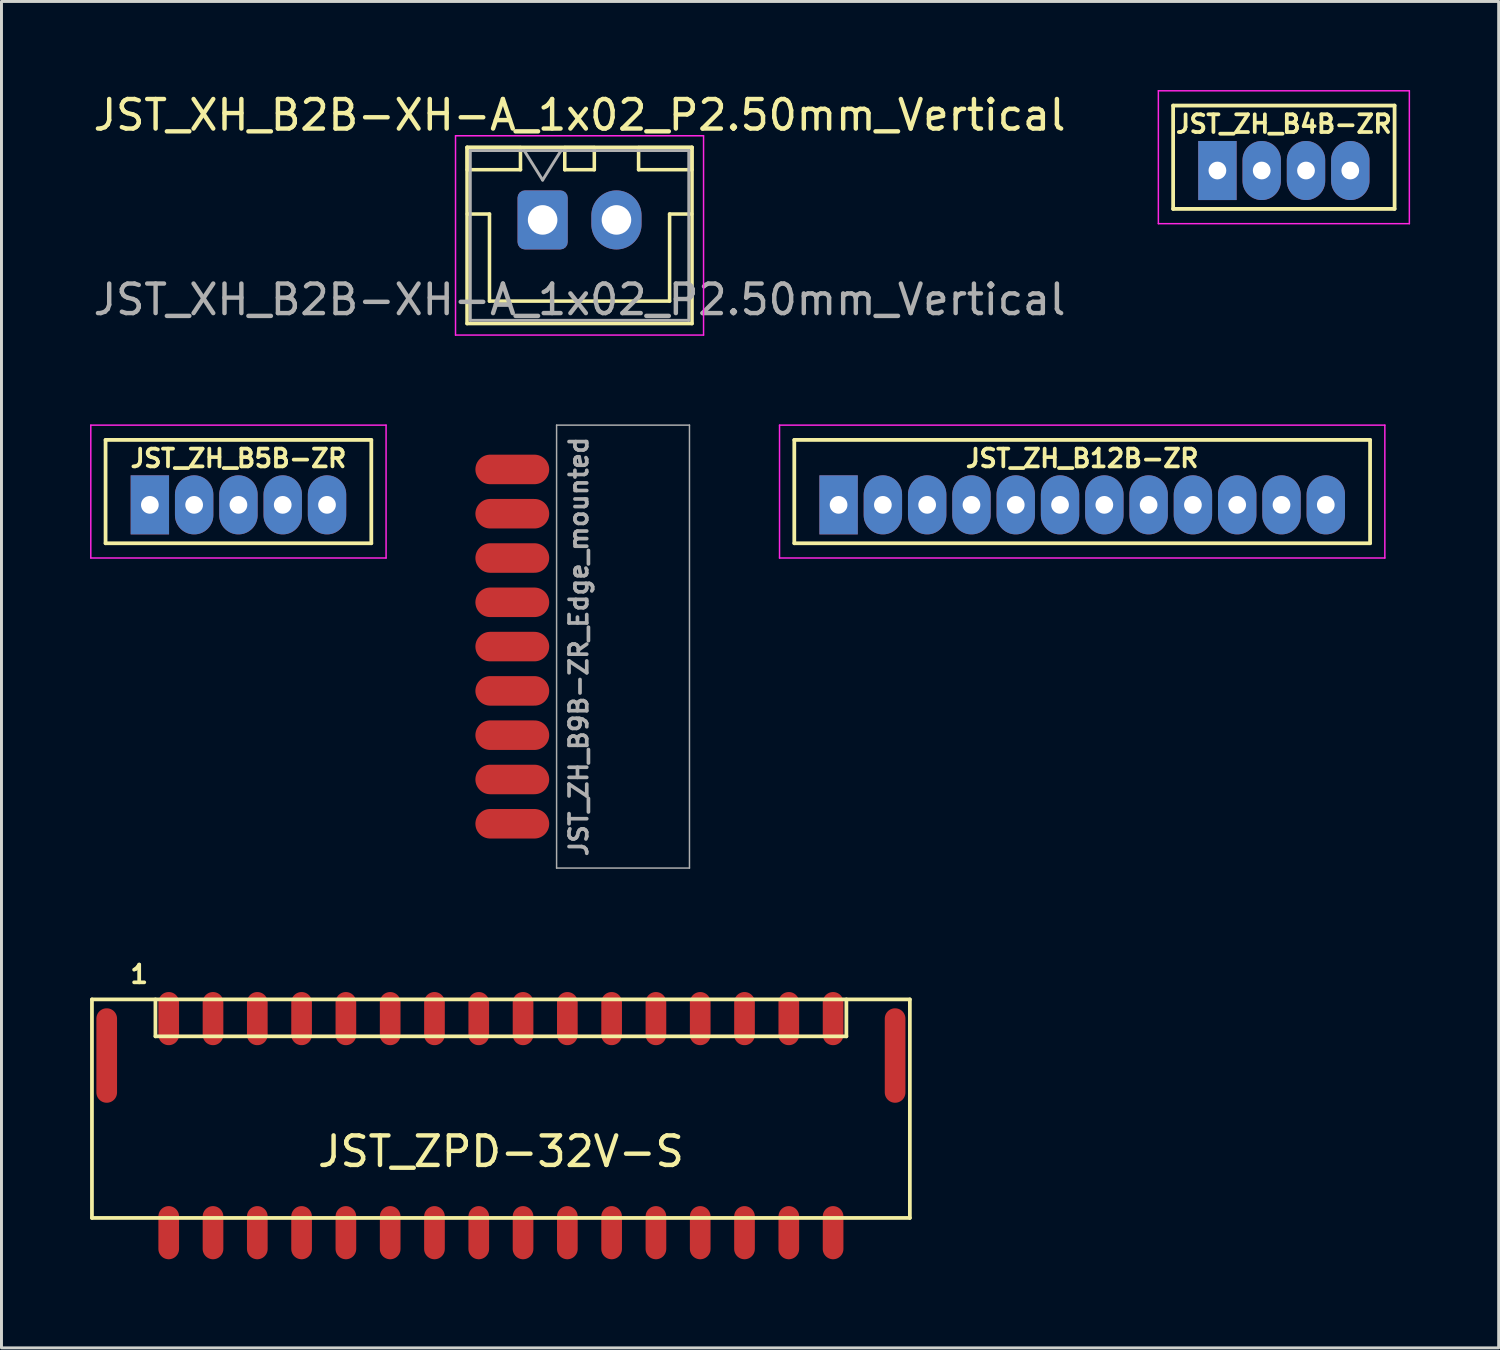
<source format=kicad_pcb>
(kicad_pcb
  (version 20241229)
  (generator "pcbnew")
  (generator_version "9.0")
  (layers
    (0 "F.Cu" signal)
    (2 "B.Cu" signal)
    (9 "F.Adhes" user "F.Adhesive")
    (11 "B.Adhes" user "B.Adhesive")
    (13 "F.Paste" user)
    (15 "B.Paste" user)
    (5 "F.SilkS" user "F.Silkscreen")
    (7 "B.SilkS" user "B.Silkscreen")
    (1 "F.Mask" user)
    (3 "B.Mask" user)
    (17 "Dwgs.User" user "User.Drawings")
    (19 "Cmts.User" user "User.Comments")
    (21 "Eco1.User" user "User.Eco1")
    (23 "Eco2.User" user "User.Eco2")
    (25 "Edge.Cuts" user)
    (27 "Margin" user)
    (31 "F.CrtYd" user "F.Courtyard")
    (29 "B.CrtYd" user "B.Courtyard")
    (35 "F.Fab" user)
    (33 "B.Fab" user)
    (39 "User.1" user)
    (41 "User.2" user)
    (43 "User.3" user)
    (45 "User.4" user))
  (footprint "JST_ZH_B12B-ZR"
    (layer "F.Cu")
    (at 33.6 13.598)
    (property "Reference" "JST_ZH_B12B-ZR" (at 0 -1.125 0) (layer "F.SilkS") (effects (font (size 0.6 0.6) (thickness 0.127))))
    (attr through_hole)
    (fp_line (start -9.75 -1.75) (end -9.75 1.75) (stroke (width 0.127) (type solid)) (layer "F.SilkS"))
    (fp_line (start -9.75 -1.75) (end 9.75 -1.75) (stroke (width 0.127) (type solid)) (layer "F.SilkS"))
    (fp_line (start -9.75 1.75) (end 9.75 1.75) (stroke (width 0.127) (type solid)) (layer "F.SilkS"))
    (fp_line (start 9.75 1.75) (end 9.75 -1.75) (stroke (width 0.127) (type solid)) (layer "F.SilkS"))
    (fp_line (start -10.25 -2.25) (end 10.25 -2.25) (stroke (width 0.05) (type solid)) (layer "F.CrtYd"))
    (fp_line (start -10.25 2.25) (end -10.25 -2.25) (stroke (width 0.05) (type solid)) (layer "F.CrtYd"))
    (fp_line (start 10.25 -2.25) (end 10.25 2.25) (stroke (width 0.05) (type solid)) (layer "F.CrtYd"))
    (fp_line (start 10.25 2.25) (end -10.25 2.25) (stroke (width 0.05) (type solid)) (layer "F.CrtYd"))
    (pad "1" thru_hole rect (at -8.25 0.45) (size 1.3 2) (drill 0.6) (layers "*.Cu" "*.Mask"))
    (pad "2" thru_hole oval (at -6.75 0.45) (size 1.3 2) (drill 0.6) (layers "*.Cu" "*.Mask"))
    (pad "3" thru_hole oval (at -5.25 0.45) (size 1.3 2) (drill 0.6) (layers "*.Cu" "*.Mask"))
    (pad "4" thru_hole oval (at -3.75 0.45) (size 1.3 2) (drill 0.6) (layers "*.Cu" "*.Mask"))
    (pad "5" thru_hole oval (at -2.25 0.45) (size 1.3 2) (drill 0.6) (layers "*.Cu" "*.Mask"))
    (pad "6" thru_hole oval (at -0.75 0.45) (size 1.3 2) (drill 0.6) (layers "*.Cu" "*.Mask"))
    (pad "7" thru_hole oval (at 0.75 0.45) (size 1.3 2) (drill 0.6) (layers "*.Cu" "*.Mask"))
    (pad "8" thru_hole oval (at 2.25 0.45) (size 1.3 2) (drill 0.6) (layers "*.Cu" "*.Mask"))
    (pad "9" thru_hole oval (at 3.75 0.45) (size 1.3 2) (drill 0.6) (layers "*.Cu" "*.Mask"))
    (pad "10" thru_hole oval (at 5.25 0.45) (size 1.3 2) (drill 0.6) (layers "*.Cu" "*.Mask"))
    (pad "11" thru_hole oval (at 6.75 0.45) (size 1.3 2) (drill 0.6) (layers "*.Cu" "*.Mask"))
    (pad "12" thru_hole oval (at 8.25 0.45) (size 1.3 2) (drill 0.6) (layers "*.Cu" "*.Mask")))
  (footprint "JST_XH_B2B-XH-A_1x02_P2.50mm_Vertical"
    (layer "F.Cu")
    (at 15.327 4.398)
    (property "Reference" "JST_XH_B2B-XH-A_1x02_P2.50mm_Vertical" (at 1.25 -3.55 0) (layer "F.SilkS") (effects (font (size 1 1) (thickness 0.15))))
    (fp_line (start -2.56 -2.46) (end -2.56 3.51) (stroke (width 0.12) (type solid)) (layer "F.SilkS"))
    (fp_line (start -2.56 3.51) (end 5.06 3.51) (stroke (width 0.12) (type solid)) (layer "F.SilkS"))
    (fp_line (start -2.55 -2.45) (end -2.55 -1.7) (stroke (width 0.12) (type solid)) (layer "F.SilkS"))
    (fp_line (start -2.55 -1.7) (end -0.75 -1.7) (stroke (width 0.12) (type solid)) (layer "F.SilkS"))
    (fp_line (start -2.55 -0.2) (end -1.8 -0.2) (stroke (width 0.12) (type solid)) (layer "F.SilkS"))
    (fp_line (start -1.8 -0.2) (end -1.8 2.75) (stroke (width 0.12) (type solid)) (layer "F.SilkS"))
    (fp_line (start -1.8 2.75) (end 1.25 2.75) (stroke (width 0.12) (type solid)) (layer "F.SilkS"))
    (fp_line (start -0.75 -2.45) (end -2.55 -2.45) (stroke (width 0.12) (type solid)) (layer "F.SilkS"))
    (fp_line (start -0.75 -1.7) (end -0.75 -2.45) (stroke (width 0.12) (type solid)) (layer "F.SilkS"))
    (fp_line (start 0.75 -2.45) (end 0.75 -1.7) (stroke (width 0.12) (type solid)) (layer "F.SilkS"))
    (fp_line (start 0.75 -1.7) (end 1.75 -1.7) (stroke (width 0.12) (type solid)) (layer "F.SilkS"))
    (fp_line (start 1.75 -2.45) (end 0.75 -2.45) (stroke (width 0.12) (type solid)) (layer "F.SilkS"))
    (fp_line (start 1.75 -1.7) (end 1.75 -2.45) (stroke (width 0.12) (type solid)) (layer "F.SilkS"))
    (fp_line (start 3.25 -2.45) (end 3.25 -1.7) (stroke (width 0.12) (type solid)) (layer "F.SilkS"))
    (fp_line (start 3.25 -1.7) (end 5.05 -1.7) (stroke (width 0.12) (type solid)) (layer "F.SilkS"))
    (fp_line (start 4.3 -0.2) (end 4.3 2.75) (stroke (width 0.12) (type solid)) (layer "F.SilkS"))
    (fp_line (start 4.3 2.75) (end 1.25 2.75) (stroke (width 0.12) (type solid)) (layer "F.SilkS"))
    (fp_line (start 5.05 -2.45) (end 3.25 -2.45) (stroke (width 0.12) (type solid)) (layer "F.SilkS"))
    (fp_line (start 5.05 -1.7) (end 5.05 -2.45) (stroke (width 0.12) (type solid)) (layer "F.SilkS"))
    (fp_line (start 5.05 -0.2) (end 4.3 -0.2) (stroke (width 0.12) (type solid)) (layer "F.SilkS"))
    (fp_line (start 5.06 -2.46) (end -2.56 -2.46) (stroke (width 0.12) (type solid)) (layer "F.SilkS"))
    (fp_line (start 5.06 3.51) (end 5.06 -2.46) (stroke (width 0.12) (type solid)) (layer "F.SilkS"))
    (fp_line (start -2.95 -2.85) (end -2.95 3.9) (stroke (width 0.05) (type solid)) (layer "F.CrtYd"))
    (fp_line (start -2.95 3.9) (end 5.45 3.9) (stroke (width 0.05) (type solid)) (layer "F.CrtYd"))
    (fp_line (start 5.45 -2.85) (end -2.95 -2.85) (stroke (width 0.05) (type solid)) (layer "F.CrtYd"))
    (fp_line (start 5.45 3.9) (end 5.45 -2.85) (stroke (width 0.05) (type solid)) (layer "F.CrtYd"))
    (fp_line (start -2.45 -2.35) (end -2.45 3.4) (stroke (width 0.1) (type solid)) (layer "F.Fab"))
    (fp_line (start -2.45 3.4) (end 4.95 3.4) (stroke (width 0.1) (type solid)) (layer "F.Fab"))
    (fp_line (start -0.625 -2.35) (end 0 -1.35) (stroke (width 0.1) (type solid)) (layer "F.Fab"))
    (fp_line (start 0 -1.35) (end 0.625 -2.35) (stroke (width 0.1) (type solid)) (layer "F.Fab"))
    (fp_line (start 4.95 -2.35) (end -2.45 -2.35) (stroke (width 0.1) (type solid)) (layer "F.Fab"))
    (fp_line (start 4.95 3.4) (end 4.95 -2.35) (stroke (width 0.1) (type solid)) (layer "F.Fab"))
    (fp_text user "${REFERENCE}" (at 1.25 2.7 0) (layer "F.Fab") (effects (font (size 1 1) (thickness 0.15))))
    (pad "1" thru_hole roundrect (at 0 0) (size 1.7 2) (drill 1) (layers "*.Cu" "*.Mask") (roundrect_rratio 0.147))
    (pad "2" thru_hole oval (at 2.5 0) (size 1.7 2) (drill 1) (layers "*.Cu" "*.Mask")))
  (footprint "JST_ZH_B5B-ZR"
    (layer "F.Cu")
    (at 5.025 13.598)
    (property "Reference" "JST_ZH_B5B-ZR" (at 0 -1.125 0) (layer "F.SilkS") (effects (font (size 0.6 0.6) (thickness 0.127))))
    (attr through_hole)
    (fp_line (start -4.5 -1.75) (end -4.5 1.75) (stroke (width 0.127) (type solid)) (layer "F.SilkS"))
    (fp_line (start -4.5 -1.75) (end 4.5 -1.75) (stroke (width 0.127) (type solid)) (layer "F.SilkS"))
    (fp_line (start -4.5 1.75) (end 4.5 1.75) (stroke (width 0.127) (type solid)) (layer "F.SilkS"))
    (fp_line (start 4.5 1.75) (end 4.5 -1.75) (stroke (width 0.127) (type solid)) (layer "F.SilkS"))
    (fp_line (start -5 -2.25) (end 5 -2.25) (stroke (width 0.05) (type solid)) (layer "F.CrtYd"))
    (fp_line (start -5 2.25) (end -5 -2.25) (stroke (width 0.05) (type solid)) (layer "F.CrtYd"))
    (fp_line (start 5 -2.25) (end 5 2.25) (stroke (width 0.05) (type solid)) (layer "F.CrtYd"))
    (fp_line (start 5 2.25) (end -5 2.25) (stroke (width 0.05) (type solid)) (layer "F.CrtYd"))
    (pad "1" thru_hole rect (at -3 0.45) (size 1.3 2) (drill 0.6) (layers "*.Cu" "*.Mask"))
    (pad "2" thru_hole oval (at -1.5 0.45) (size 1.3 2) (drill 0.6) (layers "*.Cu" "*.Mask"))
    (pad "3" thru_hole oval (at 0 0.45) (size 1.3 2) (drill 0.6) (layers "*.Cu" "*.Mask"))
    (pad "4" thru_hole oval (at 1.5 0.45) (size 1.3 2) (drill 0.6) (layers "*.Cu" "*.Mask"))
    (pad "5" thru_hole oval (at 3 0.45) (size 1.3 2) (drill 0.6) (layers "*.Cu" "*.Mask")))
  (footprint "JST_ZPD-32V-S"
    (layer "F.Cu")
    (at 13.914 34.697)
    (property "Reference" "JST_ZPD-32V-S" (at 0 1.25 0) (layer "F.SilkS") (effects (font (size 1 1) (thickness 0.15))))
    (attr smd)
    (fp_line (start -13.85 -3.9) (end -13.85 3.5) (stroke (width 0.127) (type solid)) (layer "F.SilkS"))
    (fp_line (start -13.85 -3.9) (end 13.85 -3.9) (stroke (width 0.127) (type solid)) (layer "F.SilkS"))
    (fp_line (start -13.85 3.5) (end 13.85 3.5) (stroke (width 0.127) (type solid)) (layer "F.SilkS"))
    (fp_line (start -11.7 -3.9) (end -11.7 -2.65) (stroke (width 0.127) (type solid)) (layer "F.SilkS"))
    (fp_line (start -11.7 -2.65) (end 11.7 -2.65) (stroke (width 0.127) (type solid)) (layer "F.SilkS"))
    (fp_line (start 11.7 -3.9) (end 11.7 -2.65) (stroke (width 0.127) (type solid)) (layer "F.SilkS"))
    (fp_line (start 13.85 -3.9) (end 13.85 3.5) (stroke (width 0.127) (type solid)) (layer "F.SilkS"))
    (fp_text user "1" (at -12.25 -4.75 0) (layer "F.SilkS") (effects (font (size 0.6 0.6) (thickness 0.127))))
    (pad "1" smd oval (at -11.25 -3.25) (size 0.7 1.8) (layers "F.Cu" "F.Mask" "F.Paste"))
    (pad "2" smd oval (at -11.25 4) (size 0.7 1.8) (layers "F.Cu" "F.Mask" "F.Paste"))
    (pad "3" smd oval (at -9.75 -3.25) (size 0.7 1.8) (layers "F.Cu" "F.Mask" "F.Paste"))
    (pad "4" smd oval (at -9.75 4) (size 0.7 1.8) (layers "F.Cu" "F.Mask" "F.Paste"))
    (pad "5" smd oval (at -8.25 -3.25) (size 0.7 1.8) (layers "F.Cu" "F.Mask" "F.Paste"))
    (pad "6" smd oval (at -8.25 4) (size 0.7 1.8) (layers "F.Cu" "F.Mask" "F.Paste"))
    (pad "7" smd oval (at -6.75 -3.25) (size 0.7 1.8) (layers "F.Cu" "F.Mask" "F.Paste"))
    (pad "8" smd oval (at -6.75 4) (size 0.7 1.8) (layers "F.Cu" "F.Mask" "F.Paste"))
    (pad "9" smd oval (at -5.25 -3.25) (size 0.7 1.8) (layers "F.Cu" "F.Mask" "F.Paste"))
    (pad "10" smd oval (at -5.25 4) (size 0.7 1.8) (layers "F.Cu" "F.Mask" "F.Paste"))
    (pad "11" smd oval (at -3.75 -3.25) (size 0.7 1.8) (layers "F.Cu" "F.Mask" "F.Paste"))
    (pad "12" smd oval (at -3.75 4) (size 0.7 1.8) (layers "F.Cu" "F.Mask" "F.Paste"))
    (pad "13" smd oval (at -2.25 -3.25) (size 0.7 1.8) (layers "F.Cu" "F.Mask" "F.Paste"))
    (pad "14" smd oval (at -2.25 4) (size 0.7 1.8) (layers "F.Cu" "F.Mask" "F.Paste"))
    (pad "15" smd oval (at -0.75 -3.25) (size 0.7 1.8) (layers "F.Cu" "F.Mask" "F.Paste"))
    (pad "16" smd oval (at -0.75 4) (size 0.7 1.8) (layers "F.Cu" "F.Mask" "F.Paste"))
    (pad "17" smd oval (at 0.75 -3.25) (size 0.7 1.8) (layers "F.Cu" "F.Mask" "F.Paste"))
    (pad "18" smd oval (at 0.75 4) (size 0.7 1.8) (layers "F.Cu" "F.Mask" "F.Paste"))
    (pad "19" smd oval (at 2.25 -3.25) (size 0.7 1.8) (layers "F.Cu" "F.Mask" "F.Paste"))
    (pad "20" smd oval (at 2.25 4) (size 0.7 1.8) (layers "F.Cu" "F.Mask" "F.Paste"))
    (pad "21" smd oval (at 3.75 -3.25) (size 0.7 1.8) (layers "F.Cu" "F.Mask" "F.Paste"))
    (pad "22" smd oval (at 3.75 4) (size 0.7 1.8) (layers "F.Cu" "F.Mask" "F.Paste"))
    (pad "23" smd oval (at 5.25 -3.25) (size 0.7 1.8) (layers "F.Cu" "F.Mask" "F.Paste"))
    (pad "24" smd oval (at 5.25 4) (size 0.7 1.8) (layers "F.Cu" "F.Mask" "F.Paste"))
    (pad "25" smd oval (at 6.75 -3.25) (size 0.7 1.8) (layers "F.Cu" "F.Mask" "F.Paste"))
    (pad "26" smd oval (at 6.75 4) (size 0.7 1.8) (layers "F.Cu" "F.Mask" "F.Paste"))
    (pad "27" smd oval (at 8.25 -3.25) (size 0.7 1.8) (layers "F.Cu" "F.Mask" "F.Paste"))
    (pad "28" smd oval (at 8.25 4) (size 0.7 1.8) (layers "F.Cu" "F.Mask" "F.Paste"))
    (pad "29" smd oval (at 9.75 -3.25) (size 0.7 1.8) (layers "F.Cu" "F.Mask" "F.Paste"))
    (pad "30" smd oval (at 9.75 4) (size 0.7 1.8) (layers "F.Cu" "F.Mask" "F.Paste"))
    (pad "31" smd oval (at 11.25 -3.25) (size 0.7 1.8) (layers "F.Cu" "F.Mask" "F.Paste"))
    (pad "32" smd oval (at 11.25 4) (size 0.7 1.8) (layers "F.Cu" "F.Mask" "F.Paste"))
    (pad "33" smd oval (at -13.35 -2) (size 0.7 3.2) (layers "F.Cu" "F.Mask" "F.Paste"))
    (pad "33" smd oval (at 13.35 -2) (size 0.7 3.2) (layers "F.Cu" "F.Mask" "F.Paste")))
  (footprint "JST_ZH_B4B-ZR"
    (layer "F.Cu")
    (at 40.43 2.275)
    (property "Reference" "JST_ZH_B4B-ZR" (at 0 -1.125 0) (layer "F.SilkS") (effects (font (size 0.6 0.6) (thickness 0.127))))
    (attr through_hole)
    (fp_line (start -3.75 -1.75) (end -3.75 1.75) (stroke (width 0.127) (type solid)) (layer "F.SilkS"))
    (fp_line (start -3.75 -1.75) (end 3.75 -1.75) (stroke (width 0.127) (type solid)) (layer "F.SilkS"))
    (fp_line (start -3.75 1.75) (end 3.75 1.75) (stroke (width 0.127) (type solid)) (layer "F.SilkS"))
    (fp_line (start 3.75 1.75) (end 3.75 -1.75) (stroke (width 0.127) (type solid)) (layer "F.SilkS"))
    (fp_line (start -4.25 -2.25) (end 4.25 -2.25) (stroke (width 0.05) (type solid)) (layer "F.CrtYd"))
    (fp_line (start -4.25 2.25) (end -4.25 -2.25) (stroke (width 0.05) (type solid)) (layer "F.CrtYd"))
    (fp_line (start 4.25 -2.25) (end 4.25 2.25) (stroke (width 0.05) (type solid)) (layer "F.CrtYd"))
    (fp_line (start 4.25 2.25) (end -4.25 2.25) (stroke (width 0.05) (type solid)) (layer "F.CrtYd"))
    (pad "1" thru_hole rect (at -2.25 0.45) (size 1.3 2) (drill 0.6) (layers "*.Cu" "*.Mask"))
    (pad "2" thru_hole oval (at -0.75 0.45) (size 1.3 2) (drill 0.6) (layers "*.Cu" "*.Mask"))
    (pad "3" thru_hole oval (at 0.75 0.45) (size 1.3 2) (drill 0.6) (layers "*.Cu" "*.Mask"))
    (pad "4" thru_hole oval (at 2.25 0.45) (size 1.3 2) (drill 0.6) (layers "*.Cu" "*.Mask")))
  (footprint "JST_ZH_B9B-ZR_Edge_mounted"
    (layer "F.Cu")
    (at 15.8 18.848)
    (property "Reference" "JST_ZH_B9B-ZR_Edge_mounted" (at 0.75 0 90) (layer "F.Fab") (effects (font (size 0.6 0.6) (thickness 0.125))))
    (attr through_hole)
    (fp_line (start 0 -7.5) (end 4.5 -7.5) (stroke (width 0.05) (type solid)) (layer "F.Fab"))
    (fp_line (start 0 7.5) (end 0 -7.5) (stroke (width 0.05) (type solid)) (layer "F.Fab"))
    (fp_line (start 4.5 -7.5) (end 4.5 7.5) (stroke (width 0.05) (type solid)) (layer "F.Fab"))
    (fp_line (start 4.5 7.5) (end 0 7.5) (stroke (width 0.05) (type solid)) (layer "F.Fab"))
    (pad "1" connect oval (at -1.5 -6) (size 2.5 1) (layers "F.Cu" "F.Mask"))
    (pad "2" connect oval (at -1.5 -4.5) (size 2.5 1) (layers "F.Cu" "F.Mask"))
    (pad "3" connect oval (at -1.5 -3) (size 2.5 1) (layers "F.Cu" "F.Mask"))
    (pad "4" connect oval (at -1.5 -1.5) (size 2.5 1) (layers "F.Cu" "F.Mask"))
    (pad "5" connect oval (at -1.5 0) (size 2.5 1) (layers "F.Cu" "F.Mask"))
    (pad "6" connect oval (at -1.5 1.5) (size 2.5 1) (layers "F.Cu" "F.Mask"))
    (pad "7" connect oval (at -1.5 3) (size 2.5 1) (layers "F.Cu" "F.Mask"))
    (pad "8" connect oval (at -1.5 4.5) (size 2.5 1) (layers "F.Cu" "F.Mask"))
    (pad "9" connect oval (at -1.5 6) (size 2.5 1) (layers "F.Cu" "F.Mask")))
  (gr_rect
    (start -3 -3)
    (end 47.705 42.597)
    (stroke (width 0.1) (type default))
    (fill no)
    (layer "Edge.Cuts")))
</source>
